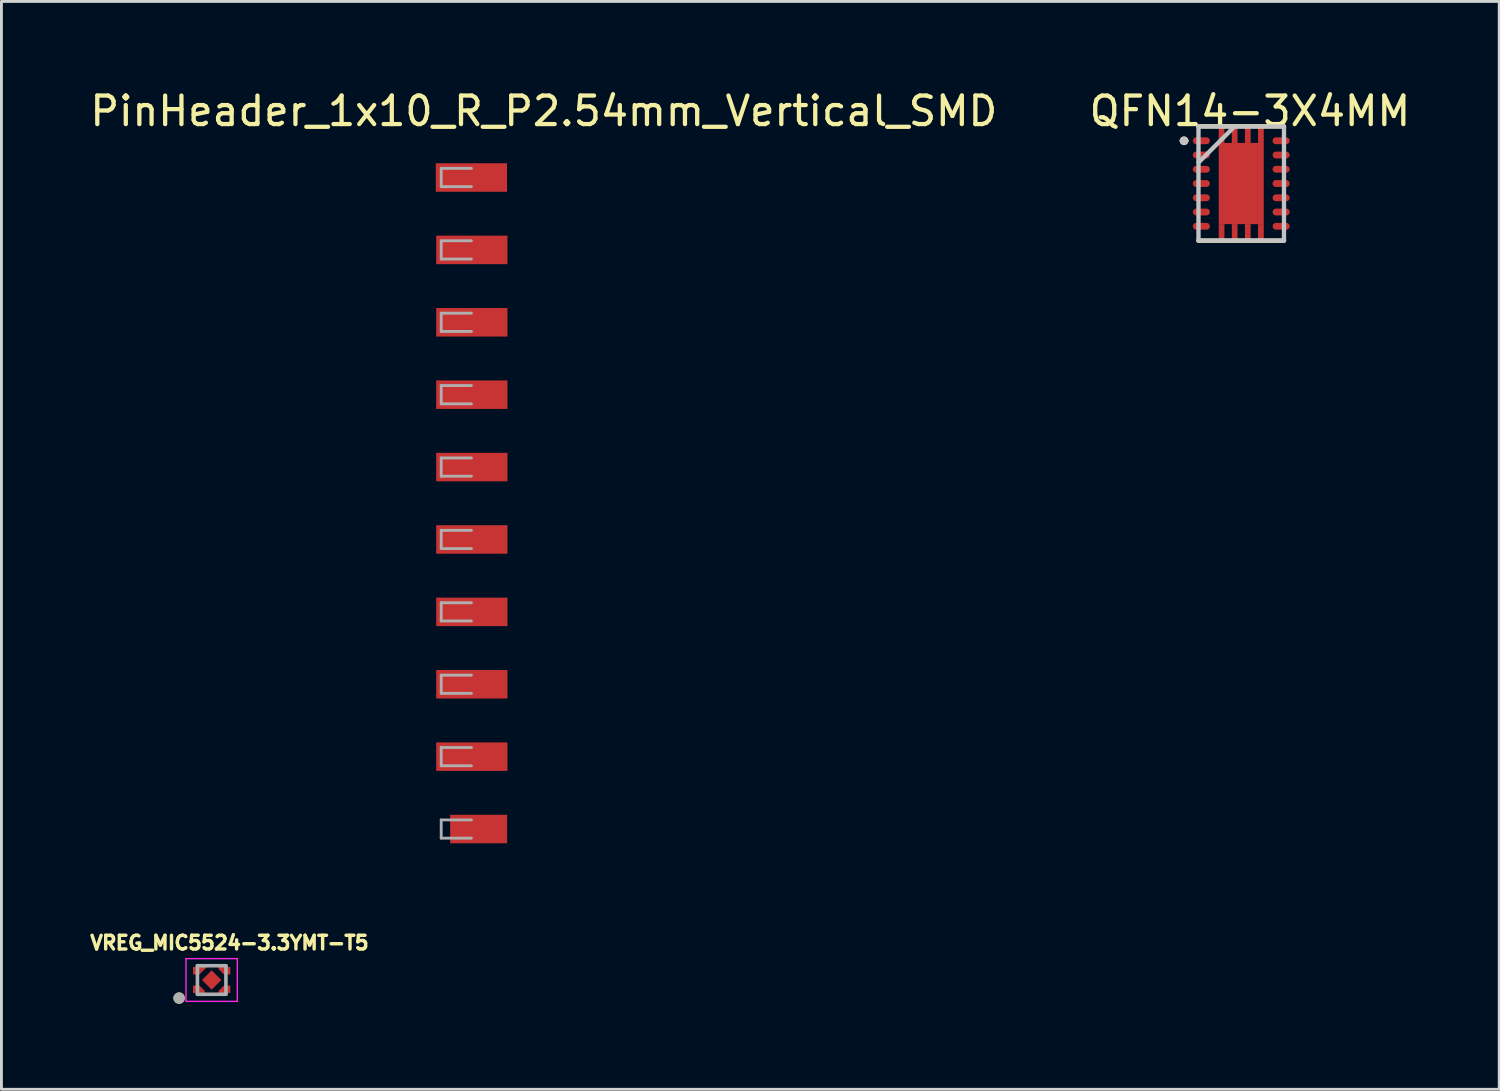
<source format=kicad_pcb>
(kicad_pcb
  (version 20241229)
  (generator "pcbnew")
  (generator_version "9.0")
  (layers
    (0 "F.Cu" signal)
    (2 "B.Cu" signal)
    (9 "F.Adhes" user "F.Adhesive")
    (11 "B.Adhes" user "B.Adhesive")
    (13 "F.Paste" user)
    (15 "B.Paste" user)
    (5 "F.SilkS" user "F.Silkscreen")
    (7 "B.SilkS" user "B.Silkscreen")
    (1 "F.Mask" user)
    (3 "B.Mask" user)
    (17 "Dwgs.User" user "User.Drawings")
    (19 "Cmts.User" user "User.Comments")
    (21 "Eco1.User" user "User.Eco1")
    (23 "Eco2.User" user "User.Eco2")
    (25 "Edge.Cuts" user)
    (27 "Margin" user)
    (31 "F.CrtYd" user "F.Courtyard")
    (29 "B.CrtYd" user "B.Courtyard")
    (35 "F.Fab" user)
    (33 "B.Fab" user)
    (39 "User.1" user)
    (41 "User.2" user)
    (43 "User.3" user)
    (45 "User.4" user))
  (footprint "PinHeader_1x10_R_P2.54mm_Vertical_SMD"
    (layer "F.Cu")
    (at 16.03 14.608)
    (property "Reference" "PinHeader_1x10_R_P2.54mm_Vertical_SMD" (at 0 -13.76 0) (layer "F.SilkS") (effects (font (size 1 1) (thickness 0.15))))
    (attr smd)
    (fp_line (start -3.6 -11.75) (end -3.6 -11.11) (stroke (width 0.1) (type solid)) (layer "F.Fab"))
    (fp_line (start -3.6 -11.11) (end -2.54 -11.11) (stroke (width 0.1) (type solid)) (layer "F.Fab"))
    (fp_line (start -3.6 -9.21) (end -3.6 -8.57) (stroke (width 0.1) (type solid)) (layer "F.Fab"))
    (fp_line (start -3.6 -8.57) (end -2.54 -8.57) (stroke (width 0.1) (type solid)) (layer "F.Fab"))
    (fp_line (start -3.6 -6.67) (end -3.6 -6.03) (stroke (width 0.1) (type solid)) (layer "F.Fab"))
    (fp_line (start -3.6 -6.03) (end -2.54 -6.03) (stroke (width 0.1) (type solid)) (layer "F.Fab"))
    (fp_line (start -3.6 -4.13) (end -3.6 -3.49) (stroke (width 0.1) (type solid)) (layer "F.Fab"))
    (fp_line (start -3.6 -3.49) (end -2.54 -3.49) (stroke (width 0.1) (type solid)) (layer "F.Fab"))
    (fp_line (start -3.6 -1.59) (end -3.6 -0.95) (stroke (width 0.1) (type solid)) (layer "F.Fab"))
    (fp_line (start -3.6 -0.95) (end -2.54 -0.95) (stroke (width 0.1) (type solid)) (layer "F.Fab"))
    (fp_line (start -3.6 0.95) (end -3.6 1.59) (stroke (width 0.1) (type solid)) (layer "F.Fab"))
    (fp_line (start -3.6 1.59) (end -2.54 1.59) (stroke (width 0.1) (type solid)) (layer "F.Fab"))
    (fp_line (start -3.6 3.49) (end -3.6 4.13) (stroke (width 0.1) (type solid)) (layer "F.Fab"))
    (fp_line (start -3.6 4.13) (end -2.54 4.13) (stroke (width 0.1) (type solid)) (layer "F.Fab"))
    (fp_line (start -3.6 6.03) (end -3.6 6.67) (stroke (width 0.1) (type solid)) (layer "F.Fab"))
    (fp_line (start -3.6 6.67) (end -2.54 6.67) (stroke (width 0.1) (type solid)) (layer "F.Fab"))
    (fp_line (start -3.6 8.57) (end -3.6 9.21) (stroke (width 0.1) (type solid)) (layer "F.Fab"))
    (fp_line (start -3.6 9.21) (end -2.54 9.21) (stroke (width 0.1) (type solid)) (layer "F.Fab"))
    (fp_line (start -3.6 11.11) (end -3.6 11.75) (stroke (width 0.1) (type solid)) (layer "F.Fab"))
    (fp_line (start -3.6 11.75) (end -2.54 11.75) (stroke (width 0.1) (type solid)) (layer "F.Fab"))
    (fp_line (start -2.54 -11.75) (end -3.6 -11.75) (stroke (width 0.1) (type solid)) (layer "F.Fab"))
    (fp_line (start -2.54 -9.21) (end -3.6 -9.21) (stroke (width 0.1) (type solid)) (layer "F.Fab"))
    (fp_line (start -2.54 -6.67) (end -3.6 -6.67) (stroke (width 0.1) (type solid)) (layer "F.Fab"))
    (fp_line (start -2.54 -4.13) (end -3.6 -4.13) (stroke (width 0.1) (type solid)) (layer "F.Fab"))
    (fp_line (start -2.54 -1.59) (end -3.6 -1.59) (stroke (width 0.1) (type solid)) (layer "F.Fab"))
    (fp_line (start -2.54 0.95) (end -3.6 0.95) (stroke (width 0.1) (type solid)) (layer "F.Fab"))
    (fp_line (start -2.54 3.49) (end -3.6 3.49) (stroke (width 0.1) (type solid)) (layer "F.Fab"))
    (fp_line (start -2.54 6.03) (end -3.6 6.03) (stroke (width 0.1) (type solid)) (layer "F.Fab"))
    (fp_line (start -2.54 8.57) (end -3.6 8.57) (stroke (width 0.1) (type solid)) (layer "F.Fab"))
    (fp_line (start -2.54 11.11) (end -3.6 11.11) (stroke (width 0.1) (type solid)) (layer "F.Fab"))
    (pad "1" smd rect (at -2.54 -11.43) (size 2.5 1) (layers "F.Cu" "F.Mask" "F.Paste"))
    (pad "2" smd rect (at -2.525 -8.89) (size 2.5 1) (layers "F.Cu" "F.Mask" "F.Paste"))
    (pad "3" smd rect (at -2.525 -6.35) (size 2.5 1) (layers "F.Cu" "F.Mask" "F.Paste"))
    (pad "4" smd rect (at -2.525 -3.81) (size 2.5 1) (layers "F.Cu" "F.Mask" "F.Paste"))
    (pad "5" smd rect (at -2.525 -1.27) (size 2.5 1) (layers "F.Cu" "F.Mask" "F.Paste"))
    (pad "6" smd rect (at -2.525 1.27) (size 2.5 1) (layers "F.Cu" "F.Mask" "F.Paste"))
    (pad "7" smd rect (at -2.525 3.81) (size 2.5 1) (layers "F.Cu" "F.Mask" "F.Paste"))
    (pad "8" smd rect (at -2.525 6.35) (size 2.5 1) (layers "F.Cu" "F.Mask" "F.Paste"))
    (pad "9" smd rect (at -2.525 8.89) (size 2.5 1) (layers "F.Cu" "F.Mask" "F.Paste"))
    (pad "10" smd rect (at -2.286 11.43) (size 2 1) (layers "F.Cu" "F.Mask" "F.Paste")))
  (footprint "QFN14-3X4MM"
    (layer "F.Cu")
    (at 40.5 3.389)
    (property "Reference" "QFN14-3X4MM" (at 0.305 -2.541 0) (layer "F.SilkS") (effects (font (size 1 1) (thickness 0.15))))
    (attr through_hole)
    (fp_line (start -1.499 2.007) (end 1.499 2.007) (stroke (width 0.152) (type solid)) (layer "F.SilkS"))
    (fp_line (start 1.499 -2.007) (end -1.499 -2.007) (stroke (width 0.152) (type solid)) (layer "F.SilkS"))
    (fp_arc (start -2.0828 -1.4986) (mid -2.0066 -1.5748) (end -1.9304 -1.4986) (stroke (width 0.1524) (type solid)) (layer "F.SilkS"))
    (fp_arc (start -1.9304 -1.4986) (mid -2.0066 -1.4224) (end -2.0828 -1.4986) (stroke (width 0.1524) (type solid)) (layer "F.SilkS"))
    (fp_poly (pts (xy -0.781 -1.37) (xy -0.12 -1.37) (xy -0.12 -0.12) (xy -0.781 -0.12)) (stroke (width 0.01) (type solid)) (fill yes) (layer "F.Paste"))
    (fp_poly (pts (xy -0.78 0.12) (xy -0.12 0.12) (xy -0.12 1.37) (xy -0.78 1.37)) (stroke (width 0.01) (type solid)) (fill yes) (layer "F.Paste"))
    (fp_poly (pts (xy 0.12 -1.37) (xy 0.78 -1.37) (xy 0.78 -0.12) (xy 0.12 -0.12)) (stroke (width 0.01) (type solid)) (fill yes) (layer "F.Paste"))
    (fp_poly (pts (xy 0.12 0.12) (xy 0.78 0.12) (xy 0.78 1.372) (xy 0.12 1.372)) (stroke (width 0.01) (type solid)) (fill yes) (layer "F.Paste"))
    (fp_line (start -1.5 -2) (end -1.5 2) (stroke (width 0.152) (type solid)) (layer "Dwgs.User"))
    (fp_line (start -1.5 2) (end 1.5 2) (stroke (width 0.152) (type solid)) (layer "Dwgs.User"))
    (fp_line (start -1.499 -0.737) (end -0.229 -2.007) (stroke (width 0.152) (type solid)) (layer "Dwgs.User"))
    (fp_line (start 1.5 -2) (end -1.5 -2) (stroke (width 0.152) (type solid)) (layer "Dwgs.User"))
    (fp_line (start 1.5 2) (end 1.5 -2) (stroke (width 0.152) (type solid)) (layer "Dwgs.User"))
    (fp_arc (start -2.0828 -1.4986) (mid -2.0066 -1.5748) (end -1.9304 -1.4986) (stroke (width 0.1524) (type solid)) (layer "Dwgs.User"))
    (fp_arc (start -1.9304 -1.4986) (mid -2.0066 -1.4224) (end -2.0828 -1.4986) (stroke (width 0.1524) (type solid)) (layer "Dwgs.User"))
    (pad "1" smd oval (at -1.4 -1.5) (size 0.6 0.24) (layers "F.Cu" "F.Mask" "F.Paste"))
    (pad "2" smd oval (at -1.4 -1) (size 0.6 0.24) (layers "F.Cu" "F.Mask" "F.Paste"))
    (pad "3" smd oval (at -1.4 -0.5) (size 0.6 0.24) (layers "F.Cu" "F.Mask" "F.Paste"))
    (pad "4" smd oval (at -1.4 0) (size 0.6 0.24) (layers "F.Cu" "F.Mask" "F.Paste"))
    (pad "5" smd oval (at -1.4 0.5) (size 0.6 0.24) (layers "F.Cu" "F.Mask" "F.Paste"))
    (pad "6" smd oval (at -1.4 1) (size 0.6 0.24) (layers "F.Cu" "F.Mask" "F.Paste"))
    (pad "7" smd oval (at -1.4 1.5) (size 0.6 0.24) (layers "F.Cu" "F.Mask" "F.Paste"))
    (pad "8" smd oval (at 1.4 1.5 180) (size 0.6 0.24) (layers "F.Cu" "F.Mask" "F.Paste"))
    (pad "9" smd oval (at 1.4 1 180) (size 0.6 0.24) (layers "F.Cu" "F.Mask" "F.Paste"))
    (pad "10" smd oval (at 1.4 0.5 180) (size 0.6 0.24) (layers "F.Cu" "F.Mask" "F.Paste"))
    (pad "11" smd oval (at 1.4 0 180) (size 0.6 0.24) (layers "F.Cu" "F.Mask" "F.Paste"))
    (pad "12" smd oval (at 1.4 -0.5 180) (size 0.6 0.24) (layers "F.Cu" "F.Mask" "F.Paste"))
    (pad "13" smd oval (at 1.4 -1 180) (size 0.6 0.24) (layers "F.Cu" "F.Mask" "F.Paste"))
    (pad "14" smd oval (at 1.4 -1.5 180) (size 0.6 0.24) (layers "F.Cu" "F.Mask" "F.Paste"))
    (pad "15" smd rect (at 0 0) (size 1.58 2.85) (layers "F.Cu" "F.Mask"))
    (pad "16" smd rect (at -0.69 -1.712) (size 0.2 0.575) (layers "F.Cu" "F.Mask" "F.Paste"))
    (pad "17" smd rect (at -0.23 -1.712) (size 0.2 0.575) (layers "F.Cu" "F.Mask" "F.Paste"))
    (pad "18" smd rect (at 0.23 -1.712) (size 0.2 0.575) (layers "F.Cu" "F.Mask" "F.Paste"))
    (pad "19" smd rect (at 0.69 -1.712) (size 0.2 0.575) (layers "F.Cu" "F.Mask" "F.Paste"))
    (pad "20" smd rect (at 0.69 1.712) (size 0.2 0.575) (layers "F.Cu" "F.Mask" "F.Paste"))
    (pad "21" smd rect (at 0.23 1.712) (size 0.2 0.575) (layers "F.Cu" "F.Mask" "F.Paste"))
    (pad "22" smd rect (at -0.23 1.712) (size 0.2 0.575) (layers "F.Cu" "F.Mask" "F.Paste"))
    (pad "23" smd rect (at -0.69 1.712) (size 0.2 0.575) (layers "F.Cu" "F.Mask" "F.Paste")))
  (footprint "VREG_MIC5524-3.3YMT-T5"
    (layer "F.Cu")
    (at 4.377 31.334)
    (property "Reference" "VREG_MIC5524-3.3YMT-T5" (at 0.624 -1.305 0) (layer "F.SilkS") (effects (font (size 0.48 0.48) (thickness 0.15))))
    (attr through_hole)
    (fp_poly (pts (xy -0.389 -0.1) (xy -0.75 -0.1) (xy -0.75 -0.55) (xy 0.061 -0.55)) (stroke (width 0.01) (type solid)) (fill yes) (layer "F.Mask"))
    (fp_poly (pts (xy -0.75 0.1) (xy -0.75 0.55) (xy -0.15 0.55) (xy -0.15 0.339) (xy -0.389 0.1)) (stroke (width 0.01) (type solid)) (fill yes) (layer "F.Mask"))
    (fp_poly (pts (xy 0.15 -0.55) (xy 0.15 -0.339) (xy 0.389 -0.1) (xy 0.75 -0.1) (xy 0.75 -0.55)) (stroke (width 0.01) (type solid)) (fill yes) (layer "F.Mask"))
    (fp_poly (pts (xy 0.75 0.55) (xy 0.15 0.55) (xy 0.15 0.339) (xy 0.389 0.1) (xy 0.75 0.1)) (stroke (width 0.01) (type solid)) (fill yes) (layer "F.Mask"))
    (fp_circle (center -1.143 0.635) (end -1.043 0.635) (stroke (width 0.2) (type solid)) (fill no) (layer "F.SilkS"))
    (fp_poly (pts (xy -0.65 -0.45) (xy -0.65 -0.2) (xy -0.43 -0.2) (xy -0.18 -0.45)) (stroke (width 0.01) (type solid)) (fill yes) (layer "F.Paste"))
    (fp_poly (pts (xy -0.25 0.45) (xy -0.65 0.45) (xy -0.65 0.2) (xy -0.43 0.2) (xy -0.25 0.38)) (stroke (width 0.01) (type solid)) (fill yes) (layer "F.Paste"))
    (fp_poly (pts (xy 0.43 -0.2) (xy 0.25 -0.38) (xy 0.25 -0.45) (xy 0.65 -0.45) (xy 0.65 -0.2)) (stroke (width 0.01) (type solid)) (fill yes) (layer "F.Paste"))
    (fp_poly (pts (xy 0.65 0.45) (xy 0.25 0.45) (xy 0.25 0.38) (xy 0.43 0.2) (xy 0.65 0.2)) (stroke (width 0.01) (type solid)) (fill yes) (layer "F.Paste"))
    (fp_line (start -0.9 -0.75) (end -0.9 0.75) (stroke (width 0.05) (type solid)) (layer "F.CrtYd"))
    (fp_line (start -0.9 0.75) (end 0.9 0.75) (stroke (width 0.05) (type solid)) (layer "F.CrtYd"))
    (fp_line (start 0.9 -0.75) (end -0.9 -0.75) (stroke (width 0.05) (type solid)) (layer "F.CrtYd"))
    (fp_line (start 0.9 0.75) (end 0.9 -0.75) (stroke (width 0.05) (type solid)) (layer "F.CrtYd"))
    (fp_line (start -0.5 -0.5) (end -0.5 0.5) (stroke (width 0.127) (type solid)) (layer "F.Fab"))
    (fp_line (start -0.5 0.5) (end 0.5 0.5) (stroke (width 0.127) (type solid)) (layer "F.Fab"))
    (fp_line (start 0.5 -0.5) (end -0.5 -0.5) (stroke (width 0.127) (type solid)) (layer "F.Fab"))
    (fp_line (start 0.5 0.5) (end 0.5 -0.5) (stroke (width 0.127) (type solid)) (layer "F.Fab"))
    (fp_circle (center -1.143 0.635) (end -1.043 0.635) (stroke (width 0.2) (type solid)) (fill no) (layer "F.Fab"))
    (pad "1" smd custom (at -0.45 0.325) (size 0.1 0.1) (layers "F.Cu") (options (anchor rect)) (primitives (gr_poly (pts (xy 0.2 0.125) (xy -0.2 0.125) (xy -0.2 -0.125) (xy 0.02 -0.125) (xy 0.2 0.055)) (width 0.01) (fill yes))))
    (pad "2" smd custom (at 0.45 0.325) (size 0.1 0.1) (layers "F.Cu") (options (anchor rect)) (primitives (gr_poly (pts (xy 0.2 0.125) (xy -0.2 0.125) (xy -0.2 0.055) (xy -0.02 -0.125) (xy 0.2 -0.125)) (width 0.01) (fill yes))))
    (pad "3" smd custom (at -0.45 -0.325) (size 0.1 0.1) (layers "F.Cu") (options (anchor rect)) (primitives (gr_poly (pts (xy -0.2 -0.125) (xy -0.2 0.125) (xy 0.02 0.125) (xy 0.27 -0.125)) (width 0.01) (fill yes))))
    (pad "4" smd custom (at 0.45 -0.325) (size 0.1 0.1) (layers "F.Cu") (options (anchor rect)) (primitives (gr_poly (pts (xy -0.02 0.125) (xy -0.2 -0.055) (xy -0.2 -0.125) (xy 0.2 -0.125) (xy 0.2 0.125)) (width 0.01) (fill yes))))
    (pad "EP" smd rect (at 0 0 45) (size 0.48 0.48) (layers "F.Cu" "F.Mask" "F.Paste")))
  (gr_rect
    (start -3 -3)
    (end 49.551 35.169)
    (stroke (width 0.1) (type default))
    (fill no)
    (layer "Edge.Cuts")))
</source>
